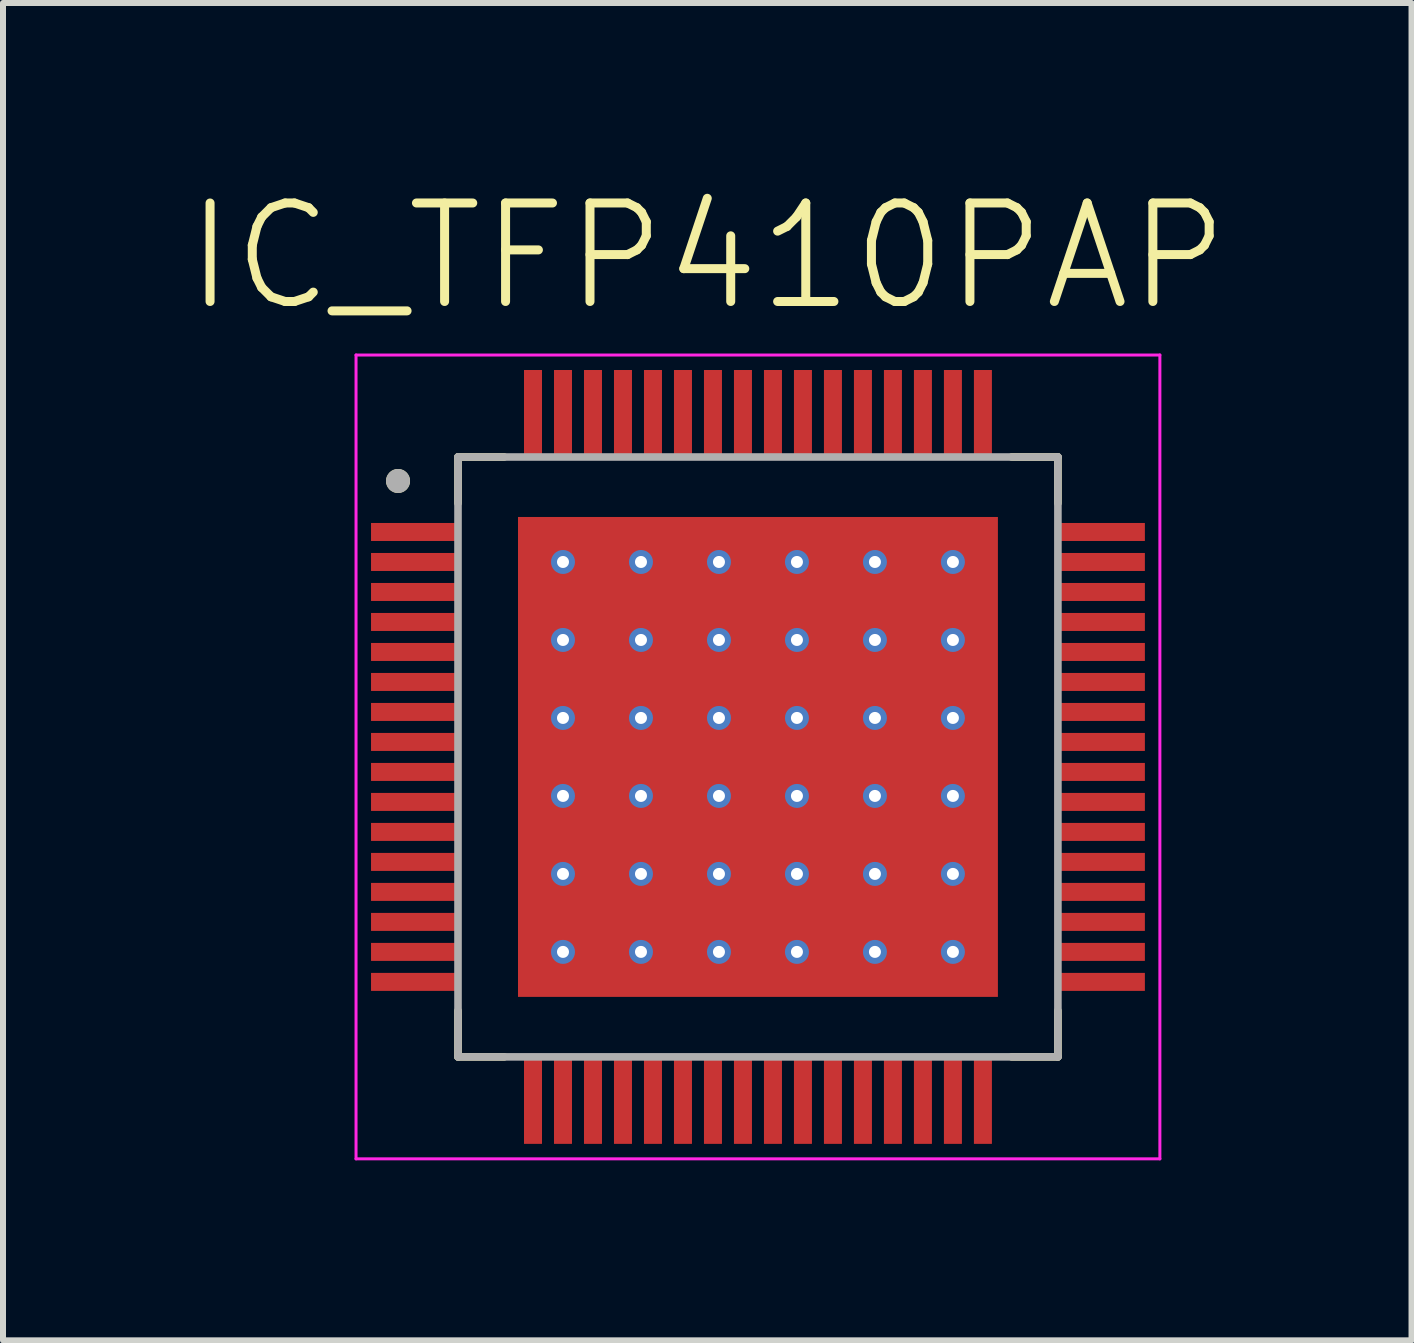
<source format=kicad_pcb>
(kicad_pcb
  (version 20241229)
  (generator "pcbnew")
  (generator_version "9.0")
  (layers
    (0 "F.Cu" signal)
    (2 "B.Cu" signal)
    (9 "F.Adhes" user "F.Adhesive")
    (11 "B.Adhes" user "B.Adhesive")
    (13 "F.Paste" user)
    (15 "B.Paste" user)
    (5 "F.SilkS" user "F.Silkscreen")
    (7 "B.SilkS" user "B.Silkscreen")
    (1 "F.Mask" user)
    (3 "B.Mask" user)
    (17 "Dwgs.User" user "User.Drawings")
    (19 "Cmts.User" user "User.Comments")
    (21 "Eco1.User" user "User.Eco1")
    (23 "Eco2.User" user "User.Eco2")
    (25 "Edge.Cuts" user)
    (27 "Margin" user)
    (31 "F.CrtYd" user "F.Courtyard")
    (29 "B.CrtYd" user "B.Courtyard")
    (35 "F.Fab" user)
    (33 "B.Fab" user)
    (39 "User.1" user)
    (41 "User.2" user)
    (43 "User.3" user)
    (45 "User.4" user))
  (footprint "IC_TFP410PAP"
    (layer "F.Cu")
    (at 9.585 9.568)
    (property "Reference" "IC_TFP410PAP" (at -0.845 -8.344 0) (layer "F.SilkS") (effects (font (size 1.642 1.642) (thickness 0.15))))
    (attr smd)
    (fp_poly (pts (xy -6.5 -3.95) (xy -4.9 -3.95) (xy -4.9 -3.55) (xy -6.5 -3.55)) (stroke (width 0.01) (type solid)) (fill yes) (layer "F.Mask"))
    (fp_poly (pts (xy -6.5 -3.45) (xy -4.9 -3.45) (xy -4.9 -3.05) (xy -6.5 -3.05)) (stroke (width 0.01) (type solid)) (fill yes) (layer "F.Mask"))
    (fp_poly (pts (xy -6.5 -2.95) (xy -4.9 -2.95) (xy -4.9 -2.55) (xy -6.5 -2.55)) (stroke (width 0.01) (type solid)) (fill yes) (layer "F.Mask"))
    (fp_poly (pts (xy -6.5 -2.45) (xy -4.9 -2.45) (xy -4.9 -2.05) (xy -6.5 -2.05)) (stroke (width 0.01) (type solid)) (fill yes) (layer "F.Mask"))
    (fp_poly (pts (xy -6.5 -1.95) (xy -4.9 -1.95) (xy -4.9 -1.55) (xy -6.5 -1.55)) (stroke (width 0.01) (type solid)) (fill yes) (layer "F.Mask"))
    (fp_poly (pts (xy -6.5 -1.45) (xy -4.9 -1.45) (xy -4.9 -1.05) (xy -6.5 -1.05)) (stroke (width 0.01) (type solid)) (fill yes) (layer "F.Mask"))
    (fp_poly (pts (xy -6.5 -0.95) (xy -4.9 -0.95) (xy -4.9 -0.55) (xy -6.5 -0.55)) (stroke (width 0.01) (type solid)) (fill yes) (layer "F.Mask"))
    (fp_poly (pts (xy -6.5 -0.45) (xy -4.9 -0.45) (xy -4.9 -0.05) (xy -6.5 -0.05)) (stroke (width 0.01) (type solid)) (fill yes) (layer "F.Mask"))
    (fp_poly (pts (xy -6.5 0.05) (xy -4.9 0.05) (xy -4.9 0.45) (xy -6.5 0.45)) (stroke (width 0.01) (type solid)) (fill yes) (layer "F.Mask"))
    (fp_poly (pts (xy -6.5 0.55) (xy -4.9 0.55) (xy -4.9 0.95) (xy -6.5 0.95)) (stroke (width 0.01) (type solid)) (fill yes) (layer "F.Mask"))
    (fp_poly (pts (xy -6.5 1.05) (xy -4.9 1.05) (xy -4.9 1.45) (xy -6.5 1.45)) (stroke (width 0.01) (type solid)) (fill yes) (layer "F.Mask"))
    (fp_poly (pts (xy -6.5 1.55) (xy -4.9 1.55) (xy -4.9 1.95) (xy -6.5 1.95)) (stroke (width 0.01) (type solid)) (fill yes) (layer "F.Mask"))
    (fp_poly (pts (xy -6.5 2.05) (xy -4.9 2.05) (xy -4.9 2.45) (xy -6.5 2.45)) (stroke (width 0.01) (type solid)) (fill yes) (layer "F.Mask"))
    (fp_poly (pts (xy -6.5 2.55) (xy -4.9 2.55) (xy -4.9 2.95) (xy -6.5 2.95)) (stroke (width 0.01) (type solid)) (fill yes) (layer "F.Mask"))
    (fp_poly (pts (xy -6.5 3.05) (xy -4.9 3.05) (xy -4.9 3.45) (xy -6.5 3.45)) (stroke (width 0.01) (type solid)) (fill yes) (layer "F.Mask"))
    (fp_poly (pts (xy -6.5 3.55) (xy -4.9 3.55) (xy -4.9 3.95) (xy -6.5 3.95)) (stroke (width 0.01) (type solid)) (fill yes) (layer "F.Mask"))
    (fp_poly (pts (xy -4.55 -5.9) (xy -2.95 -5.9) (xy -2.95 -5.5) (xy -4.55 -5.5)) (stroke (width 0.01) (type solid)) (fill yes) (layer "F.Mask"))
    (fp_poly (pts (xy -4.55 5.5) (xy -2.95 5.5) (xy -2.95 5.9) (xy -4.55 5.9)) (stroke (width 0.01) (type solid)) (fill yes) (layer "F.Mask"))
    (fp_poly (pts (xy -4.05 -5.9) (xy -2.45 -5.9) (xy -2.45 -5.5) (xy -4.05 -5.5)) (stroke (width 0.01) (type solid)) (fill yes) (layer "F.Mask"))
    (fp_poly (pts (xy -4.05 5.5) (xy -2.45 5.5) (xy -2.45 5.9) (xy -4.05 5.9)) (stroke (width 0.01) (type solid)) (fill yes) (layer "F.Mask"))
    (fp_poly (pts (xy -3.55 -5.9) (xy -1.95 -5.9) (xy -1.95 -5.5) (xy -3.55 -5.5)) (stroke (width 0.01) (type solid)) (fill yes) (layer "F.Mask"))
    (fp_poly (pts (xy -3.55 5.5) (xy -1.95 5.5) (xy -1.95 5.9) (xy -3.55 5.9)) (stroke (width 0.01) (type solid)) (fill yes) (layer "F.Mask"))
    (fp_poly (pts (xy -3.05 -5.9) (xy -1.45 -5.9) (xy -1.45 -5.5) (xy -3.05 -5.5)) (stroke (width 0.01) (type solid)) (fill yes) (layer "F.Mask"))
    (fp_poly (pts (xy -3.05 5.5) (xy -1.45 5.5) (xy -1.45 5.9) (xy -3.05 5.9)) (stroke (width 0.01) (type solid)) (fill yes) (layer "F.Mask"))
    (fp_poly (pts (xy -2.55 -5.9) (xy -0.95 -5.9) (xy -0.95 -5.5) (xy -2.55 -5.5)) (stroke (width 0.01) (type solid)) (fill yes) (layer "F.Mask"))
    (fp_poly (pts (xy -2.55 5.5) (xy -0.95 5.5) (xy -0.95 5.9) (xy -2.55 5.9)) (stroke (width 0.01) (type solid)) (fill yes) (layer "F.Mask"))
    (fp_poly (pts (xy -2.5 -2.5) (xy 2.5 -2.5) (xy 2.5 2.5) (xy -2.5 2.5)) (stroke (width 0.01) (type solid)) (fill yes) (layer "F.Mask"))
    (fp_poly (pts (xy -2.05 -5.9) (xy -0.45 -5.9) (xy -0.45 -5.5) (xy -2.05 -5.5)) (stroke (width 0.01) (type solid)) (fill yes) (layer "F.Mask"))
    (fp_poly (pts (xy -2.05 5.5) (xy -0.45 5.5) (xy -0.45 5.9) (xy -2.05 5.9)) (stroke (width 0.01) (type solid)) (fill yes) (layer "F.Mask"))
    (fp_poly (pts (xy -1.55 -5.9) (xy 0.05 -5.9) (xy 0.05 -5.5) (xy -1.55 -5.5)) (stroke (width 0.01) (type solid)) (fill yes) (layer "F.Mask"))
    (fp_poly (pts (xy -1.55 5.5) (xy 0.05 5.5) (xy 0.05 5.9) (xy -1.55 5.9)) (stroke (width 0.01) (type solid)) (fill yes) (layer "F.Mask"))
    (fp_poly (pts (xy -1.05 -5.9) (xy 0.55 -5.9) (xy 0.55 -5.5) (xy -1.05 -5.5)) (stroke (width 0.01) (type solid)) (fill yes) (layer "F.Mask"))
    (fp_poly (pts (xy -1.05 5.5) (xy 0.55 5.5) (xy 0.55 5.9) (xy -1.05 5.9)) (stroke (width 0.01) (type solid)) (fill yes) (layer "F.Mask"))
    (fp_poly (pts (xy -0.55 -5.9) (xy 1.05 -5.9) (xy 1.05 -5.5) (xy -0.55 -5.5)) (stroke (width 0.01) (type solid)) (fill yes) (layer "F.Mask"))
    (fp_poly (pts (xy -0.55 5.5) (xy 1.05 5.5) (xy 1.05 5.9) (xy -0.55 5.9)) (stroke (width 0.01) (type solid)) (fill yes) (layer "F.Mask"))
    (fp_poly (pts (xy -0.05 -5.9) (xy 1.55 -5.9) (xy 1.55 -5.5) (xy -0.05 -5.5)) (stroke (width 0.01) (type solid)) (fill yes) (layer "F.Mask"))
    (fp_poly (pts (xy -0.05 5.5) (xy 1.55 5.5) (xy 1.55 5.9) (xy -0.05 5.9)) (stroke (width 0.01) (type solid)) (fill yes) (layer "F.Mask"))
    (fp_poly (pts (xy 0.45 -5.9) (xy 2.05 -5.9) (xy 2.05 -5.5) (xy 0.45 -5.5)) (stroke (width 0.01) (type solid)) (fill yes) (layer "F.Mask"))
    (fp_poly (pts (xy 0.45 5.5) (xy 2.05 5.5) (xy 2.05 5.9) (xy 0.45 5.9)) (stroke (width 0.01) (type solid)) (fill yes) (layer "F.Mask"))
    (fp_poly (pts (xy 0.95 -5.9) (xy 2.55 -5.9) (xy 2.55 -5.5) (xy 0.95 -5.5)) (stroke (width 0.01) (type solid)) (fill yes) (layer "F.Mask"))
    (fp_poly (pts (xy 0.95 5.5) (xy 2.55 5.5) (xy 2.55 5.9) (xy 0.95 5.9)) (stroke (width 0.01) (type solid)) (fill yes) (layer "F.Mask"))
    (fp_poly (pts (xy 1.45 -5.9) (xy 3.05 -5.9) (xy 3.05 -5.5) (xy 1.45 -5.5)) (stroke (width 0.01) (type solid)) (fill yes) (layer "F.Mask"))
    (fp_poly (pts (xy 1.45 5.5) (xy 3.05 5.5) (xy 3.05 5.9) (xy 1.45 5.9)) (stroke (width 0.01) (type solid)) (fill yes) (layer "F.Mask"))
    (fp_poly (pts (xy 1.95 -5.9) (xy 3.55 -5.9) (xy 3.55 -5.5) (xy 1.95 -5.5)) (stroke (width 0.01) (type solid)) (fill yes) (layer "F.Mask"))
    (fp_poly (pts (xy 1.95 5.5) (xy 3.55 5.5) (xy 3.55 5.9) (xy 1.95 5.9)) (stroke (width 0.01) (type solid)) (fill yes) (layer "F.Mask"))
    (fp_poly (pts (xy 2.45 -5.9) (xy 4.05 -5.9) (xy 4.05 -5.5) (xy 2.45 -5.5)) (stroke (width 0.01) (type solid)) (fill yes) (layer "F.Mask"))
    (fp_poly (pts (xy 2.45 5.5) (xy 4.05 5.5) (xy 4.05 5.9) (xy 2.45 5.9)) (stroke (width 0.01) (type solid)) (fill yes) (layer "F.Mask"))
    (fp_poly (pts (xy 2.95 -5.9) (xy 4.55 -5.9) (xy 4.55 -5.5) (xy 2.95 -5.5)) (stroke (width 0.01) (type solid)) (fill yes) (layer "F.Mask"))
    (fp_poly (pts (xy 2.95 5.5) (xy 4.55 5.5) (xy 4.55 5.9) (xy 2.95 5.9)) (stroke (width 0.01) (type solid)) (fill yes) (layer "F.Mask"))
    (fp_poly (pts (xy 4.9 -3.95) (xy 6.5 -3.95) (xy 6.5 -3.55) (xy 4.9 -3.55)) (stroke (width 0.01) (type solid)) (fill yes) (layer "F.Mask"))
    (fp_poly (pts (xy 4.9 -3.45) (xy 6.5 -3.45) (xy 6.5 -3.05) (xy 4.9 -3.05)) (stroke (width 0.01) (type solid)) (fill yes) (layer "F.Mask"))
    (fp_poly (pts (xy 4.9 -2.95) (xy 6.5 -2.95) (xy 6.5 -2.55) (xy 4.9 -2.55)) (stroke (width 0.01) (type solid)) (fill yes) (layer "F.Mask"))
    (fp_poly (pts (xy 4.9 -2.45) (xy 6.5 -2.45) (xy 6.5 -2.05) (xy 4.9 -2.05)) (stroke (width 0.01) (type solid)) (fill yes) (layer "F.Mask"))
    (fp_poly (pts (xy 4.9 -1.95) (xy 6.5 -1.95) (xy 6.5 -1.55) (xy 4.9 -1.55)) (stroke (width 0.01) (type solid)) (fill yes) (layer "F.Mask"))
    (fp_poly (pts (xy 4.9 -1.45) (xy 6.5 -1.45) (xy 6.5 -1.05) (xy 4.9 -1.05)) (stroke (width 0.01) (type solid)) (fill yes) (layer "F.Mask"))
    (fp_poly (pts (xy 4.9 -0.95) (xy 6.5 -0.95) (xy 6.5 -0.55) (xy 4.9 -0.55)) (stroke (width 0.01) (type solid)) (fill yes) (layer "F.Mask"))
    (fp_poly (pts (xy 4.9 -0.45) (xy 6.5 -0.45) (xy 6.5 -0.05) (xy 4.9 -0.05)) (stroke (width 0.01) (type solid)) (fill yes) (layer "F.Mask"))
    (fp_poly (pts (xy 4.9 0.05) (xy 6.5 0.05) (xy 6.5 0.45) (xy 4.9 0.45)) (stroke (width 0.01) (type solid)) (fill yes) (layer "F.Mask"))
    (fp_poly (pts (xy 4.9 0.55) (xy 6.5 0.55) (xy 6.5 0.95) (xy 4.9 0.95)) (stroke (width 0.01) (type solid)) (fill yes) (layer "F.Mask"))
    (fp_poly (pts (xy 4.9 1.05) (xy 6.5 1.05) (xy 6.5 1.45) (xy 4.9 1.45)) (stroke (width 0.01) (type solid)) (fill yes) (layer "F.Mask"))
    (fp_poly (pts (xy 4.9 1.55) (xy 6.5 1.55) (xy 6.5 1.95) (xy 4.9 1.95)) (stroke (width 0.01) (type solid)) (fill yes) (layer "F.Mask"))
    (fp_poly (pts (xy 4.9 2.05) (xy 6.5 2.05) (xy 6.5 2.45) (xy 4.9 2.45)) (stroke (width 0.01) (type solid)) (fill yes) (layer "F.Mask"))
    (fp_poly (pts (xy 4.9 2.55) (xy 6.5 2.55) (xy 6.5 2.95) (xy 4.9 2.95)) (stroke (width 0.01) (type solid)) (fill yes) (layer "F.Mask"))
    (fp_poly (pts (xy 4.9 3.05) (xy 6.5 3.05) (xy 6.5 3.45) (xy 4.9 3.45)) (stroke (width 0.01) (type solid)) (fill yes) (layer "F.Mask"))
    (fp_poly (pts (xy 4.9 3.55) (xy 6.5 3.55) (xy 6.5 3.95) (xy 4.9 3.95)) (stroke (width 0.01) (type solid)) (fill yes) (layer "F.Mask"))
    (fp_line (start -5 -5) (end -5 -4.23) (stroke (width 0.127) (type solid)) (layer "F.SilkS"))
    (fp_line (start -5 4.23) (end -5 5) (stroke (width 0.127) (type solid)) (layer "F.SilkS"))
    (fp_line (start -5 5) (end -4.23 5) (stroke (width 0.127) (type solid)) (layer "F.SilkS"))
    (fp_line (start -4.23 -5) (end -5 -5) (stroke (width 0.127) (type solid)) (layer "F.SilkS"))
    (fp_line (start 4.23 5) (end 5 5) (stroke (width 0.127) (type solid)) (layer "F.SilkS"))
    (fp_line (start 5 -5) (end 4.23 -5) (stroke (width 0.127) (type solid)) (layer "F.SilkS"))
    (fp_line (start 5 -4.23) (end 5 -5) (stroke (width 0.127) (type solid)) (layer "F.SilkS"))
    (fp_line (start 5 5) (end 5 4.23) (stroke (width 0.127) (type solid)) (layer "F.SilkS"))
    (fp_circle (center -6 -4.6) (end -5.9 -4.6) (stroke (width 0.2) (type solid)) (fill no) (layer "F.SilkS"))
    (fp_poly (pts (xy -2.5 -2.5) (xy 2.5 -2.5) (xy 2.5 2.5) (xy -2.5 2.5)) (stroke (width 0.01) (type solid)) (fill yes) (layer "F.Paste"))
    (fp_line (start -6.7 -6.7) (end 6.7 -6.7) (stroke (width 0.05) (type solid)) (layer "F.CrtYd"))
    (fp_line (start -6.7 6.7) (end -6.7 -6.7) (stroke (width 0.05) (type solid)) (layer "F.CrtYd"))
    (fp_line (start 6.7 -6.7) (end 6.7 6.7) (stroke (width 0.05) (type solid)) (layer "F.CrtYd"))
    (fp_line (start 6.7 6.7) (end -6.7 6.7) (stroke (width 0.05) (type solid)) (layer "F.CrtYd"))
    (fp_line (start -5 -5) (end 5 -5) (stroke (width 0.127) (type solid)) (layer "F.Fab"))
    (fp_line (start -5 5) (end -5 -5) (stroke (width 0.127) (type solid)) (layer "F.Fab"))
    (fp_line (start 5 -5) (end 5 5) (stroke (width 0.127) (type solid)) (layer "F.Fab"))
    (fp_line (start 5 5) (end -5 5) (stroke (width 0.127) (type solid)) (layer "F.Fab"))
    (fp_circle (center -6 -4.6) (end -5.9 -4.6) (stroke (width 0.2) (type solid)) (fill no) (layer "F.Fab"))
    (pad "1" smd rect (at -5.7 -3.75) (size 1.5 0.3) (layers "F.Cu" "F.Paste"))
    (pad "2" smd rect (at -5.7 -3.25) (size 1.5 0.3) (layers "F.Cu" "F.Paste"))
    (pad "3" smd rect (at -5.7 -2.75) (size 1.5 0.3) (layers "F.Cu" "F.Paste"))
    (pad "4" smd rect (at -5.7 -2.25) (size 1.5 0.3) (layers "F.Cu" "F.Paste"))
    (pad "5" smd rect (at -5.7 -1.75) (size 1.5 0.3) (layers "F.Cu" "F.Paste"))
    (pad "6" smd rect (at -5.7 -1.25) (size 1.5 0.3) (layers "F.Cu" "F.Paste"))
    (pad "7" smd rect (at -5.7 -0.75) (size 1.5 0.3) (layers "F.Cu" "F.Paste"))
    (pad "8" smd rect (at -5.7 -0.25) (size 1.5 0.3) (layers "F.Cu" "F.Paste"))
    (pad "9" smd rect (at -5.7 0.25) (size 1.5 0.3) (layers "F.Cu" "F.Paste"))
    (pad "10" smd rect (at -5.7 0.75) (size 1.5 0.3) (layers "F.Cu" "F.Paste"))
    (pad "11" smd rect (at -5.7 1.25) (size 1.5 0.3) (layers "F.Cu" "F.Paste"))
    (pad "12" smd rect (at -5.7 1.75) (size 1.5 0.3) (layers "F.Cu" "F.Paste"))
    (pad "13" smd rect (at -5.7 2.25) (size 1.5 0.3) (layers "F.Cu" "F.Paste"))
    (pad "14" smd rect (at -5.7 2.75) (size 1.5 0.3) (layers "F.Cu" "F.Paste"))
    (pad "15" smd rect (at -5.7 3.25) (size 1.5 0.3) (layers "F.Cu" "F.Paste"))
    (pad "16" smd rect (at -5.7 3.75) (size 1.5 0.3) (layers "F.Cu" "F.Paste"))
    (pad "17" smd rect (at -3.75 5.7) (size 0.3 1.5) (layers "F.Cu" "F.Paste"))
    (pad "18" smd rect (at -3.25 5.7) (size 0.3 1.5) (layers "F.Cu" "F.Paste"))
    (pad "19" smd rect (at -2.75 5.7) (size 0.3 1.5) (layers "F.Cu" "F.Paste"))
    (pad "20" smd rect (at -2.25 5.7) (size 0.3 1.5) (layers "F.Cu" "F.Paste"))
    (pad "21" smd rect (at -1.75 5.7) (size 0.3 1.5) (layers "F.Cu" "F.Paste"))
    (pad "22" smd rect (at -1.25 5.7) (size 0.3 1.5) (layers "F.Cu" "F.Paste"))
    (pad "23" smd rect (at -0.75 5.7) (size 0.3 1.5) (layers "F.Cu" "F.Paste"))
    (pad "24" smd rect (at -0.25 5.7) (size 0.3 1.5) (layers "F.Cu" "F.Paste"))
    (pad "25" smd rect (at 0.25 5.7) (size 0.3 1.5) (layers "F.Cu" "F.Paste"))
    (pad "26" smd rect (at 0.75 5.7) (size 0.3 1.5) (layers "F.Cu" "F.Paste"))
    (pad "27" smd rect (at 1.25 5.7) (size 0.3 1.5) (layers "F.Cu" "F.Paste"))
    (pad "28" smd rect (at 1.75 5.7) (size 0.3 1.5) (layers "F.Cu" "F.Paste"))
    (pad "29" smd rect (at 2.25 5.7) (size 0.3 1.5) (layers "F.Cu" "F.Paste"))
    (pad "30" smd rect (at 2.75 5.7) (size 0.3 1.5) (layers "F.Cu" "F.Paste"))
    (pad "31" smd rect (at 3.25 5.7) (size 0.3 1.5) (layers "F.Cu" "F.Paste"))
    (pad "32" smd rect (at 3.75 5.7) (size 0.3 1.5) (layers "F.Cu" "F.Paste"))
    (pad "33" smd rect (at 5.7 3.75) (size 1.5 0.3) (layers "F.Cu" "F.Paste"))
    (pad "34" smd rect (at 5.7 3.25) (size 1.5 0.3) (layers "F.Cu" "F.Paste"))
    (pad "35" smd rect (at 5.7 2.75) (size 1.5 0.3) (layers "F.Cu" "F.Paste"))
    (pad "36" smd rect (at 5.7 2.25) (size 1.5 0.3) (layers "F.Cu" "F.Paste"))
    (pad "37" smd rect (at 5.7 1.75) (size 1.5 0.3) (layers "F.Cu" "F.Paste"))
    (pad "38" smd rect (at 5.7 1.25) (size 1.5 0.3) (layers "F.Cu" "F.Paste"))
    (pad "39" smd rect (at 5.7 0.75) (size 1.5 0.3) (layers "F.Cu" "F.Paste"))
    (pad "40" smd rect (at 5.7 0.25) (size 1.5 0.3) (layers "F.Cu" "F.Paste"))
    (pad "41" smd rect (at 5.7 -0.25) (size 1.5 0.3) (layers "F.Cu" "F.Paste"))
    (pad "42" smd rect (at 5.7 -0.75) (size 1.5 0.3) (layers "F.Cu" "F.Paste"))
    (pad "43" smd rect (at 5.7 -1.25) (size 1.5 0.3) (layers "F.Cu" "F.Paste"))
    (pad "44" smd rect (at 5.7 -1.75) (size 1.5 0.3) (layers "F.Cu" "F.Paste"))
    (pad "45" smd rect (at 5.7 -2.25) (size 1.5 0.3) (layers "F.Cu" "F.Paste"))
    (pad "46" smd rect (at 5.7 -2.75) (size 1.5 0.3) (layers "F.Cu" "F.Paste"))
    (pad "47" smd rect (at 5.7 -3.25) (size 1.5 0.3) (layers "F.Cu" "F.Paste"))
    (pad "48" smd rect (at 5.7 -3.75) (size 1.5 0.3) (layers "F.Cu" "F.Paste"))
    (pad "49" smd rect (at 3.75 -5.7) (size 0.3 1.5) (layers "F.Cu" "F.Paste"))
    (pad "50" smd rect (at 3.25 -5.7) (size 0.3 1.5) (layers "F.Cu" "F.Paste"))
    (pad "51" smd rect (at 2.75 -5.7) (size 0.3 1.5) (layers "F.Cu" "F.Paste"))
    (pad "52" smd rect (at 2.25 -5.7) (size 0.3 1.5) (layers "F.Cu" "F.Paste"))
    (pad "53" smd rect (at 1.75 -5.7) (size 0.3 1.5) (layers "F.Cu" "F.Paste"))
    (pad "54" smd rect (at 1.25 -5.7) (size 0.3 1.5) (layers "F.Cu" "F.Paste"))
    (pad "55" smd rect (at 0.75 -5.7) (size 0.3 1.5) (layers "F.Cu" "F.Paste"))
    (pad "56" smd rect (at 0.25 -5.7) (size 0.3 1.5) (layers "F.Cu" "F.Paste"))
    (pad "57" smd rect (at -0.25 -5.7) (size 0.3 1.5) (layers "F.Cu" "F.Paste"))
    (pad "58" smd rect (at -0.75 -5.7) (size 0.3 1.5) (layers "F.Cu" "F.Paste"))
    (pad "59" smd rect (at -1.25 -5.7) (size 0.3 1.5) (layers "F.Cu" "F.Paste"))
    (pad "60" smd rect (at -1.75 -5.7) (size 0.3 1.5) (layers "F.Cu" "F.Paste"))
    (pad "61" smd rect (at -2.25 -5.7) (size 0.3 1.5) (layers "F.Cu" "F.Paste"))
    (pad "62" smd rect (at -2.75 -5.7) (size 0.3 1.5) (layers "F.Cu" "F.Paste"))
    (pad "63" smd rect (at -3.25 -5.7) (size 0.3 1.5) (layers "F.Cu" "F.Paste"))
    (pad "64" smd rect (at -3.75 -5.7) (size 0.3 1.5) (layers "F.Cu" "F.Paste"))
    (pad "65" smd rect (at 0 0) (size 8 8) (layers "F.Cu"))
    (pad "66" thru_hole circle (at -3.25 -3.25) (size 0.4 0.4) (drill 0.2) (layers "*.Cu"))
    (pad "67" thru_hole circle (at -1.95 -3.25) (size 0.4 0.4) (drill 0.2) (layers "*.Cu"))
    (pad "68" thru_hole circle (at -0.65 -3.25) (size 0.4 0.4) (drill 0.2) (layers "*.Cu"))
    (pad "69" thru_hole circle (at 0.65 -3.25) (size 0.4 0.4) (drill 0.2) (layers "*.Cu"))
    (pad "70" thru_hole circle (at 1.95 -3.25) (size 0.4 0.4) (drill 0.2) (layers "*.Cu"))
    (pad "71" thru_hole circle (at 3.25 -3.25) (size 0.4 0.4) (drill 0.2) (layers "*.Cu"))
    (pad "72" thru_hole circle (at -3.25 -1.95) (size 0.4 0.4) (drill 0.2) (layers "*.Cu"))
    (pad "73" thru_hole circle (at -1.95 -1.95) (size 0.4 0.4) (drill 0.2) (layers "*.Cu" "*.Mask"))
    (pad "74" thru_hole circle (at -0.65 -1.95) (size 0.4 0.4) (drill 0.2) (layers "*.Cu" "*.Mask"))
    (pad "75" thru_hole circle (at 0.65 -1.95) (size 0.4 0.4) (drill 0.2) (layers "*.Cu" "*.Mask"))
    (pad "76" thru_hole circle (at 1.95 -1.95) (size 0.4 0.4) (drill 0.2) (layers "*.Cu" "*.Mask"))
    (pad "77" thru_hole circle (at 3.25 -1.95) (size 0.4 0.4) (drill 0.2) (layers "*.Cu"))
    (pad "78" thru_hole circle (at -3.25 -0.65) (size 0.4 0.4) (drill 0.2) (layers "*.Cu"))
    (pad "79" thru_hole circle (at -1.95 -0.65) (size 0.4 0.4) (drill 0.2) (layers "*.Cu" "*.Mask"))
    (pad "80" thru_hole circle (at -0.65 -0.65) (size 0.4 0.4) (drill 0.2) (layers "*.Cu" "*.Mask"))
    (pad "81" thru_hole circle (at 0.65 -0.65) (size 0.4 0.4) (drill 0.2) (layers "*.Cu" "*.Mask"))
    (pad "82" thru_hole circle (at 1.95 -0.65) (size 0.4 0.4) (drill 0.2) (layers "*.Cu" "*.Mask"))
    (pad "83" thru_hole circle (at 3.25 -0.65) (size 0.4 0.4) (drill 0.2) (layers "*.Cu"))
    (pad "84" thru_hole circle (at -3.25 0.65) (size 0.4 0.4) (drill 0.2) (layers "*.Cu"))
    (pad "85" thru_hole circle (at -1.95 0.65) (size 0.4 0.4) (drill 0.2) (layers "*.Cu" "*.Mask"))
    (pad "86" thru_hole circle (at -0.65 0.65) (size 0.4 0.4) (drill 0.2) (layers "*.Cu" "*.Mask"))
    (pad "87" thru_hole circle (at 0.65 0.65) (size 0.4 0.4) (drill 0.2) (layers "*.Cu" "*.Mask"))
    (pad "88" thru_hole circle (at 1.95 0.65) (size 0.4 0.4) (drill 0.2) (layers "*.Cu" "*.Mask"))
    (pad "89" thru_hole circle (at 3.25 0.65) (size 0.4 0.4) (drill 0.2) (layers "*.Cu"))
    (pad "90" thru_hole circle (at -3.25 1.95) (size 0.4 0.4) (drill 0.2) (layers "*.Cu"))
    (pad "91" thru_hole circle (at -1.95 1.95) (size 0.4 0.4) (drill 0.2) (layers "*.Cu" "*.Mask"))
    (pad "92" thru_hole circle (at -0.65 1.95) (size 0.4 0.4) (drill 0.2) (layers "*.Cu" "*.Mask"))
    (pad "93" thru_hole circle (at 0.65 1.95) (size 0.4 0.4) (drill 0.2) (layers "*.Cu" "*.Mask"))
    (pad "94" thru_hole circle (at 1.95 1.95) (size 0.4 0.4) (drill 0.2) (layers "*.Cu" "*.Mask"))
    (pad "95" thru_hole circle (at 3.25 1.95) (size 0.4 0.4) (drill 0.2) (layers "*.Cu"))
    (pad "96" thru_hole circle (at -3.25 3.25) (size 0.4 0.4) (drill 0.2) (layers "*.Cu"))
    (pad "97" thru_hole circle (at -1.95 3.25) (size 0.4 0.4) (drill 0.2) (layers "*.Cu"))
    (pad "98" thru_hole circle (at -0.65 3.25) (size 0.4 0.4) (drill 0.2) (layers "*.Cu"))
    (pad "99" thru_hole circle (at 0.65 3.25) (size 0.4 0.4) (drill 0.2) (layers "*.Cu"))
    (pad "100" thru_hole circle (at 1.95 3.25) (size 0.4 0.4) (drill 0.2) (layers "*.Cu"))
    (pad "101" thru_hole circle (at 3.25 3.25) (size 0.4 0.4) (drill 0.2) (layers "*.Cu")))
  (gr_rect
    (start -3 -3)
    (end 20.48 19.293)
    (stroke (width 0.1) (type default))
    (fill no)
    (layer "Edge.Cuts")))
</source>
